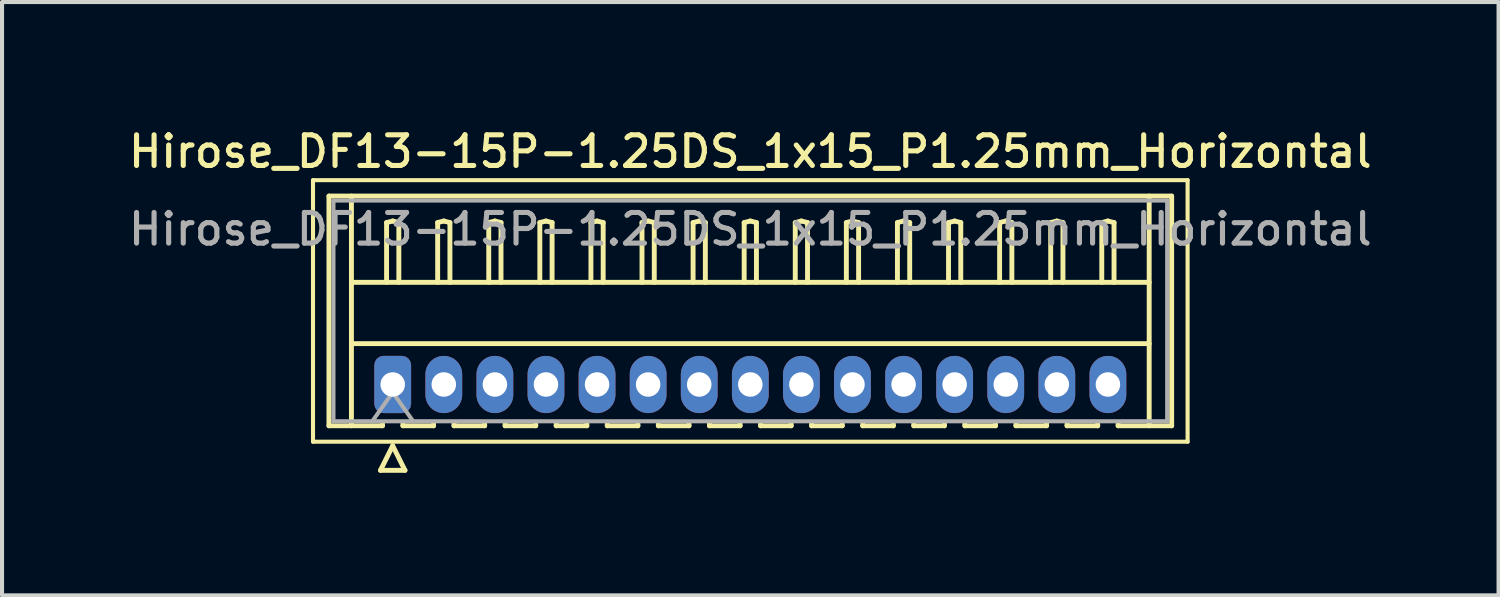
<source format=kicad_pcb>
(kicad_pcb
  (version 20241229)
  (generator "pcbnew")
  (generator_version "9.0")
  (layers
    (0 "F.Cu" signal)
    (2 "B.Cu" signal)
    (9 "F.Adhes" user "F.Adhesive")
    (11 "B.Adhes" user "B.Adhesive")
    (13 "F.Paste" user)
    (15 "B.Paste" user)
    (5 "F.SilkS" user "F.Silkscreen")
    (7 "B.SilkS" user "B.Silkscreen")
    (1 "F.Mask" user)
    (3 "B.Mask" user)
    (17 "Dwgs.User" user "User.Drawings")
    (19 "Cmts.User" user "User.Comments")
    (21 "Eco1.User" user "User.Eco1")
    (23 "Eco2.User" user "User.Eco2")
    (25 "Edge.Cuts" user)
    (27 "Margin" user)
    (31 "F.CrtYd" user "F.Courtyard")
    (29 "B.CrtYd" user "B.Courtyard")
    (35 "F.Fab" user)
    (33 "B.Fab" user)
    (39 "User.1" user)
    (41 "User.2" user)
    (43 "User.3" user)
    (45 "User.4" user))
  (footprint "Hirose_DF13-15P-1.25DS_1x15_P1.25mm_Horizontal"
    (layer "F.Cu")
    (at 6.559 6.358)
    (property "Reference" "Hirose_DF13-15P-1.25DS_1x15_P1.25mm_Horizontal" (at 8.75 -5.7 0) (layer "F.SilkS") (effects (font (size 0.75 0.75) (thickness 0.125))))
    (attr through_hole)
    (fp_line (start -1.95 -5) (end -1.95 1.4) (stroke (width 0.1) (type solid)) (layer "F.SilkS"))
    (fp_line (start -1.95 1.4) (end 19.45 1.4) (stroke (width 0.1) (type solid)) (layer "F.SilkS"))
    (fp_line (start -1.56 -4.61) (end 19.06 -4.61) (stroke (width 0.12) (type solid)) (layer "F.SilkS"))
    (fp_line (start -1.56 1.01) (end -1.56 -4.61) (stroke (width 0.12) (type solid)) (layer "F.SilkS"))
    (fp_line (start -1.01 -4.61) (end -1.01 1.01) (stroke (width 0.12) (type solid)) (layer "F.SilkS"))
    (fp_line (start -1.01 -2.5) (end 18.51 -2.5) (stroke (width 0.12) (type solid)) (layer "F.SilkS"))
    (fp_line (start -1.01 -1) (end 18.51 -1) (stroke (width 0.12) (type solid)) (layer "F.SilkS"))
    (fp_line (start -0.3 2.1) (end 0.3 2.1) (stroke (width 0.12) (type solid)) (layer "F.SilkS"))
    (fp_line (start -0.25 0.96) (end -0.25 1.01) (stroke (width 0.12) (type solid)) (layer "F.SilkS"))
    (fp_line (start -0.25 1.01) (end -1.56 1.01) (stroke (width 0.12) (type solid)) (layer "F.SilkS"))
    (fp_line (start -0.15 -3.962) (end 0 -4) (stroke (width 0.12) (type solid)) (layer "F.SilkS"))
    (fp_line (start -0.15 -2.5) (end -0.15 -3.962) (stroke (width 0.12) (type solid)) (layer "F.SilkS"))
    (fp_line (start 0 -4) (end 0.15 -3.962) (stroke (width 0.12) (type solid)) (layer "F.SilkS"))
    (fp_line (start 0 1.5) (end -0.3 2.1) (stroke (width 0.12) (type solid)) (layer "F.SilkS"))
    (fp_line (start 0.15 -3.962) (end 0.15 -2.5) (stroke (width 0.12) (type solid)) (layer "F.SilkS"))
    (fp_line (start 0.25 0.96) (end 0.25 1.01) (stroke (width 0.12) (type solid)) (layer "F.SilkS"))
    (fp_line (start 0.25 1.01) (end 1 1.01) (stroke (width 0.12) (type solid)) (layer "F.SilkS"))
    (fp_line (start 0.3 2.1) (end 0 1.5) (stroke (width 0.12) (type solid)) (layer "F.SilkS"))
    (fp_line (start 1 1.01) (end 1 0.96) (stroke (width 0.12) (type solid)) (layer "F.SilkS"))
    (fp_line (start 1.1 -3.962) (end 1.25 -4) (stroke (width 0.12) (type solid)) (layer "F.SilkS"))
    (fp_line (start 1.1 -2.5) (end 1.1 -3.962) (stroke (width 0.12) (type solid)) (layer "F.SilkS"))
    (fp_line (start 1.25 -4) (end 1.4 -3.962) (stroke (width 0.12) (type solid)) (layer "F.SilkS"))
    (fp_line (start 1.4 -3.962) (end 1.4 -2.5) (stroke (width 0.12) (type solid)) (layer "F.SilkS"))
    (fp_line (start 1.5 0.96) (end 1.5 1.01) (stroke (width 0.12) (type solid)) (layer "F.SilkS"))
    (fp_line (start 1.5 1.01) (end 2.25 1.01) (stroke (width 0.12) (type solid)) (layer "F.SilkS"))
    (fp_line (start 2.25 1.01) (end 2.25 0.96) (stroke (width 0.12) (type solid)) (layer "F.SilkS"))
    (fp_line (start 2.35 -3.962) (end 2.5 -4) (stroke (width 0.12) (type solid)) (layer "F.SilkS"))
    (fp_line (start 2.35 -2.5) (end 2.35 -3.962) (stroke (width 0.12) (type solid)) (layer "F.SilkS"))
    (fp_line (start 2.5 -4) (end 2.65 -3.962) (stroke (width 0.12) (type solid)) (layer "F.SilkS"))
    (fp_line (start 2.65 -3.962) (end 2.65 -2.5) (stroke (width 0.12) (type solid)) (layer "F.SilkS"))
    (fp_line (start 2.75 0.96) (end 2.75 1.01) (stroke (width 0.12) (type solid)) (layer "F.SilkS"))
    (fp_line (start 2.75 1.01) (end 3.5 1.01) (stroke (width 0.12) (type solid)) (layer "F.SilkS"))
    (fp_line (start 3.5 1.01) (end 3.5 0.96) (stroke (width 0.12) (type solid)) (layer "F.SilkS"))
    (fp_line (start 3.6 -3.962) (end 3.75 -4) (stroke (width 0.12) (type solid)) (layer "F.SilkS"))
    (fp_line (start 3.6 -2.5) (end 3.6 -3.962) (stroke (width 0.12) (type solid)) (layer "F.SilkS"))
    (fp_line (start 3.75 -4) (end 3.9 -3.962) (stroke (width 0.12) (type solid)) (layer "F.SilkS"))
    (fp_line (start 3.9 -3.962) (end 3.9 -2.5) (stroke (width 0.12) (type solid)) (layer "F.SilkS"))
    (fp_line (start 4 0.96) (end 4 1.01) (stroke (width 0.12) (type solid)) (layer "F.SilkS"))
    (fp_line (start 4 1.01) (end 4.75 1.01) (stroke (width 0.12) (type solid)) (layer "F.SilkS"))
    (fp_line (start 4.75 1.01) (end 4.75 0.96) (stroke (width 0.12) (type solid)) (layer "F.SilkS"))
    (fp_line (start 4.85 -3.962) (end 5 -4) (stroke (width 0.12) (type solid)) (layer "F.SilkS"))
    (fp_line (start 4.85 -2.5) (end 4.85 -3.962) (stroke (width 0.12) (type solid)) (layer "F.SilkS"))
    (fp_line (start 5 -4) (end 5.15 -3.962) (stroke (width 0.12) (type solid)) (layer "F.SilkS"))
    (fp_line (start 5.15 -3.962) (end 5.15 -2.5) (stroke (width 0.12) (type solid)) (layer "F.SilkS"))
    (fp_line (start 5.25 0.96) (end 5.25 1.01) (stroke (width 0.12) (type solid)) (layer "F.SilkS"))
    (fp_line (start 5.25 1.01) (end 6 1.01) (stroke (width 0.12) (type solid)) (layer "F.SilkS"))
    (fp_line (start 6 1.01) (end 6 0.96) (stroke (width 0.12) (type solid)) (layer "F.SilkS"))
    (fp_line (start 6.1 -3.962) (end 6.25 -4) (stroke (width 0.12) (type solid)) (layer "F.SilkS"))
    (fp_line (start 6.1 -2.5) (end 6.1 -3.962) (stroke (width 0.12) (type solid)) (layer "F.SilkS"))
    (fp_line (start 6.25 -4) (end 6.4 -3.962) (stroke (width 0.12) (type solid)) (layer "F.SilkS"))
    (fp_line (start 6.4 -3.962) (end 6.4 -2.5) (stroke (width 0.12) (type solid)) (layer "F.SilkS"))
    (fp_line (start 6.5 0.96) (end 6.5 1.01) (stroke (width 0.12) (type solid)) (layer "F.SilkS"))
    (fp_line (start 6.5 1.01) (end 7.25 1.01) (stroke (width 0.12) (type solid)) (layer "F.SilkS"))
    (fp_line (start 7.25 1.01) (end 7.25 0.96) (stroke (width 0.12) (type solid)) (layer "F.SilkS"))
    (fp_line (start 7.35 -3.962) (end 7.5 -4) (stroke (width 0.12) (type solid)) (layer "F.SilkS"))
    (fp_line (start 7.35 -2.5) (end 7.35 -3.962) (stroke (width 0.12) (type solid)) (layer "F.SilkS"))
    (fp_line (start 7.5 -4) (end 7.65 -3.962) (stroke (width 0.12) (type solid)) (layer "F.SilkS"))
    (fp_line (start 7.65 -3.962) (end 7.65 -2.5) (stroke (width 0.12) (type solid)) (layer "F.SilkS"))
    (fp_line (start 7.75 0.96) (end 7.75 1.01) (stroke (width 0.12) (type solid)) (layer "F.SilkS"))
    (fp_line (start 7.75 1.01) (end 8.5 1.01) (stroke (width 0.12) (type solid)) (layer "F.SilkS"))
    (fp_line (start 8.5 1.01) (end 8.5 0.96) (stroke (width 0.12) (type solid)) (layer "F.SilkS"))
    (fp_line (start 8.6 -3.962) (end 8.75 -4) (stroke (width 0.12) (type solid)) (layer "F.SilkS"))
    (fp_line (start 8.6 -2.5) (end 8.6 -3.962) (stroke (width 0.12) (type solid)) (layer "F.SilkS"))
    (fp_line (start 8.75 -4) (end 8.9 -3.962) (stroke (width 0.12) (type solid)) (layer "F.SilkS"))
    (fp_line (start 8.9 -3.962) (end 8.9 -2.5) (stroke (width 0.12) (type solid)) (layer "F.SilkS"))
    (fp_line (start 9 0.96) (end 9 1.01) (stroke (width 0.12) (type solid)) (layer "F.SilkS"))
    (fp_line (start 9 1.01) (end 9.75 1.01) (stroke (width 0.12) (type solid)) (layer "F.SilkS"))
    (fp_line (start 9.75 1.01) (end 9.75 0.96) (stroke (width 0.12) (type solid)) (layer "F.SilkS"))
    (fp_line (start 9.85 -3.962) (end 10 -4) (stroke (width 0.12) (type solid)) (layer "F.SilkS"))
    (fp_line (start 9.85 -2.5) (end 9.85 -3.962) (stroke (width 0.12) (type solid)) (layer "F.SilkS"))
    (fp_line (start 10 -4) (end 10.15 -3.962) (stroke (width 0.12) (type solid)) (layer "F.SilkS"))
    (fp_line (start 10.15 -3.962) (end 10.15 -2.5) (stroke (width 0.12) (type solid)) (layer "F.SilkS"))
    (fp_line (start 10.25 0.96) (end 10.25 1.01) (stroke (width 0.12) (type solid)) (layer "F.SilkS"))
    (fp_line (start 10.25 1.01) (end 11 1.01) (stroke (width 0.12) (type solid)) (layer "F.SilkS"))
    (fp_line (start 11 1.01) (end 11 0.96) (stroke (width 0.12) (type solid)) (layer "F.SilkS"))
    (fp_line (start 11.1 -3.962) (end 11.25 -4) (stroke (width 0.12) (type solid)) (layer "F.SilkS"))
    (fp_line (start 11.1 -2.5) (end 11.1 -3.962) (stroke (width 0.12) (type solid)) (layer "F.SilkS"))
    (fp_line (start 11.25 -4) (end 11.4 -3.962) (stroke (width 0.12) (type solid)) (layer "F.SilkS"))
    (fp_line (start 11.4 -3.962) (end 11.4 -2.5) (stroke (width 0.12) (type solid)) (layer "F.SilkS"))
    (fp_line (start 11.5 0.96) (end 11.5 1.01) (stroke (width 0.12) (type solid)) (layer "F.SilkS"))
    (fp_line (start 11.5 1.01) (end 12.25 1.01) (stroke (width 0.12) (type solid)) (layer "F.SilkS"))
    (fp_line (start 12.25 1.01) (end 12.25 0.96) (stroke (width 0.12) (type solid)) (layer "F.SilkS"))
    (fp_line (start 12.35 -3.962) (end 12.5 -4) (stroke (width 0.12) (type solid)) (layer "F.SilkS"))
    (fp_line (start 12.35 -2.5) (end 12.35 -3.962) (stroke (width 0.12) (type solid)) (layer "F.SilkS"))
    (fp_line (start 12.5 -4) (end 12.65 -3.962) (stroke (width 0.12) (type solid)) (layer "F.SilkS"))
    (fp_line (start 12.65 -3.962) (end 12.65 -2.5) (stroke (width 0.12) (type solid)) (layer "F.SilkS"))
    (fp_line (start 12.75 0.96) (end 12.75 1.01) (stroke (width 0.12) (type solid)) (layer "F.SilkS"))
    (fp_line (start 12.75 1.01) (end 13.5 1.01) (stroke (width 0.12) (type solid)) (layer "F.SilkS"))
    (fp_line (start 13.5 1.01) (end 13.5 0.96) (stroke (width 0.12) (type solid)) (layer "F.SilkS"))
    (fp_line (start 13.6 -3.962) (end 13.75 -4) (stroke (width 0.12) (type solid)) (layer "F.SilkS"))
    (fp_line (start 13.6 -2.5) (end 13.6 -3.962) (stroke (width 0.12) (type solid)) (layer "F.SilkS"))
    (fp_line (start 13.75 -4) (end 13.9 -3.962) (stroke (width 0.12) (type solid)) (layer "F.SilkS"))
    (fp_line (start 13.9 -3.962) (end 13.9 -2.5) (stroke (width 0.12) (type solid)) (layer "F.SilkS"))
    (fp_line (start 14 0.96) (end 14 1.01) (stroke (width 0.12) (type solid)) (layer "F.SilkS"))
    (fp_line (start 14 1.01) (end 14.75 1.01) (stroke (width 0.12) (type solid)) (layer "F.SilkS"))
    (fp_line (start 14.75 1.01) (end 14.75 0.96) (stroke (width 0.12) (type solid)) (layer "F.SilkS"))
    (fp_line (start 14.85 -3.962) (end 15 -4) (stroke (width 0.12) (type solid)) (layer "F.SilkS"))
    (fp_line (start 14.85 -2.5) (end 14.85 -3.962) (stroke (width 0.12) (type solid)) (layer "F.SilkS"))
    (fp_line (start 15 -4) (end 15.15 -3.962) (stroke (width 0.12) (type solid)) (layer "F.SilkS"))
    (fp_line (start 15.15 -3.962) (end 15.15 -2.5) (stroke (width 0.12) (type solid)) (layer "F.SilkS"))
    (fp_line (start 15.25 0.96) (end 15.25 1.01) (stroke (width 0.12) (type solid)) (layer "F.SilkS"))
    (fp_line (start 15.25 1.01) (end 16 1.01) (stroke (width 0.12) (type solid)) (layer "F.SilkS"))
    (fp_line (start 16 1.01) (end 16 0.96) (stroke (width 0.12) (type solid)) (layer "F.SilkS"))
    (fp_line (start 16.1 -3.962) (end 16.25 -4) (stroke (width 0.12) (type solid)) (layer "F.SilkS"))
    (fp_line (start 16.1 -2.5) (end 16.1 -3.962) (stroke (width 0.12) (type solid)) (layer "F.SilkS"))
    (fp_line (start 16.25 -4) (end 16.4 -3.962) (stroke (width 0.12) (type solid)) (layer "F.SilkS"))
    (fp_line (start 16.4 -3.962) (end 16.4 -2.5) (stroke (width 0.12) (type solid)) (layer "F.SilkS"))
    (fp_line (start 16.5 0.96) (end 16.5 1.01) (stroke (width 0.12) (type solid)) (layer "F.SilkS"))
    (fp_line (start 16.5 1.01) (end 17.25 1.01) (stroke (width 0.12) (type solid)) (layer "F.SilkS"))
    (fp_line (start 17.25 1.01) (end 17.25 0.96) (stroke (width 0.12) (type solid)) (layer "F.SilkS"))
    (fp_line (start 17.35 -3.962) (end 17.5 -4) (stroke (width 0.12) (type solid)) (layer "F.SilkS"))
    (fp_line (start 17.35 -2.5) (end 17.35 -3.962) (stroke (width 0.12) (type solid)) (layer "F.SilkS"))
    (fp_line (start 17.5 -4) (end 17.65 -3.962) (stroke (width 0.12) (type solid)) (layer "F.SilkS"))
    (fp_line (start 17.65 -3.962) (end 17.65 -2.5) (stroke (width 0.12) (type solid)) (layer "F.SilkS"))
    (fp_line (start 17.75 1.01) (end 17.75 0.96) (stroke (width 0.12) (type solid)) (layer "F.SilkS"))
    (fp_line (start 18.51 -4.61) (end 18.51 1.01) (stroke (width 0.12) (type solid)) (layer "F.SilkS"))
    (fp_line (start 19.06 -4.61) (end 19.06 1.01) (stroke (width 0.12) (type solid)) (layer "F.SilkS"))
    (fp_line (start 19.06 1.01) (end 17.75 1.01) (stroke (width 0.12) (type solid)) (layer "F.SilkS"))
    (fp_line (start 19.45 -5) (end -1.95 -5) (stroke (width 0.1) (type solid)) (layer "F.SilkS"))
    (fp_line (start 19.45 1.4) (end 19.45 -5) (stroke (width 0.1) (type solid)) (layer "F.SilkS"))
    (fp_line (start -1.45 -4.5) (end -1.45 0.9) (stroke (width 0.1) (type solid)) (layer "F.Fab"))
    (fp_line (start -1.45 0.9) (end 18.95 0.9) (stroke (width 0.1) (type solid)) (layer "F.Fab"))
    (fp_line (start -0.5 0.9) (end 0 0.193) (stroke (width 0.1) (type solid)) (layer "F.Fab"))
    (fp_line (start 0 0.193) (end 0.5 0.9) (stroke (width 0.1) (type solid)) (layer "F.Fab"))
    (fp_line (start 18.95 -4.5) (end -1.45 -4.5) (stroke (width 0.1) (type solid)) (layer "F.Fab"))
    (fp_line (start 18.95 0.9) (end 18.95 -4.5) (stroke (width 0.1) (type solid)) (layer "F.Fab"))
    (fp_text user "${REFERENCE}" (at 8.75 -3.8 0) (layer "F.Fab") (effects (font (size 0.75 0.75) (thickness 0.125))))
    (pad "1" thru_hole roundrect (at 0 0) (size 0.9 1.4) (drill 0.6) (layers "*.Cu" "*.Mask") (roundrect_rratio 0.25))
    (pad "2" thru_hole oval (at 1.25 0) (size 0.9 1.4) (drill 0.6) (layers "*.Cu" "*.Mask"))
    (pad "3" thru_hole oval (at 2.5 0) (size 0.9 1.4) (drill 0.6) (layers "*.Cu" "*.Mask"))
    (pad "4" thru_hole oval (at 3.75 0) (size 0.9 1.4) (drill 0.6) (layers "*.Cu" "*.Mask"))
    (pad "5" thru_hole oval (at 5 0) (size 0.9 1.4) (drill 0.6) (layers "*.Cu" "*.Mask"))
    (pad "6" thru_hole oval (at 6.25 0) (size 0.9 1.4) (drill 0.6) (layers "*.Cu" "*.Mask"))
    (pad "7" thru_hole oval (at 7.5 0) (size 0.9 1.4) (drill 0.6) (layers "*.Cu" "*.Mask"))
    (pad "8" thru_hole oval (at 8.75 0) (size 0.9 1.4) (drill 0.6) (layers "*.Cu" "*.Mask"))
    (pad "9" thru_hole oval (at 10 0) (size 0.9 1.4) (drill 0.6) (layers "*.Cu" "*.Mask"))
    (pad "10" thru_hole oval (at 11.25 0) (size 0.9 1.4) (drill 0.6) (layers "*.Cu" "*.Mask"))
    (pad "11" thru_hole oval (at 12.5 0) (size 0.9 1.4) (drill 0.6) (layers "*.Cu" "*.Mask"))
    (pad "12" thru_hole oval (at 13.75 0) (size 0.9 1.4) (drill 0.6) (layers "*.Cu" "*.Mask"))
    (pad "13" thru_hole oval (at 15 0) (size 0.9 1.4) (drill 0.6) (layers "*.Cu" "*.Mask"))
    (pad "14" thru_hole oval (at 16.25 0) (size 0.9 1.4) (drill 0.6) (layers "*.Cu" "*.Mask"))
    (pad "15" thru_hole oval (at 17.5 0) (size 0.9 1.4) (drill 0.6) (layers "*.Cu" "*.Mask")))
  (gr_rect
    (start -3 -3)
    (end 33.618 11.518)
    (stroke (width 0.1) (type default))
    (fill no)
    (layer "Edge.Cuts")))
</source>
